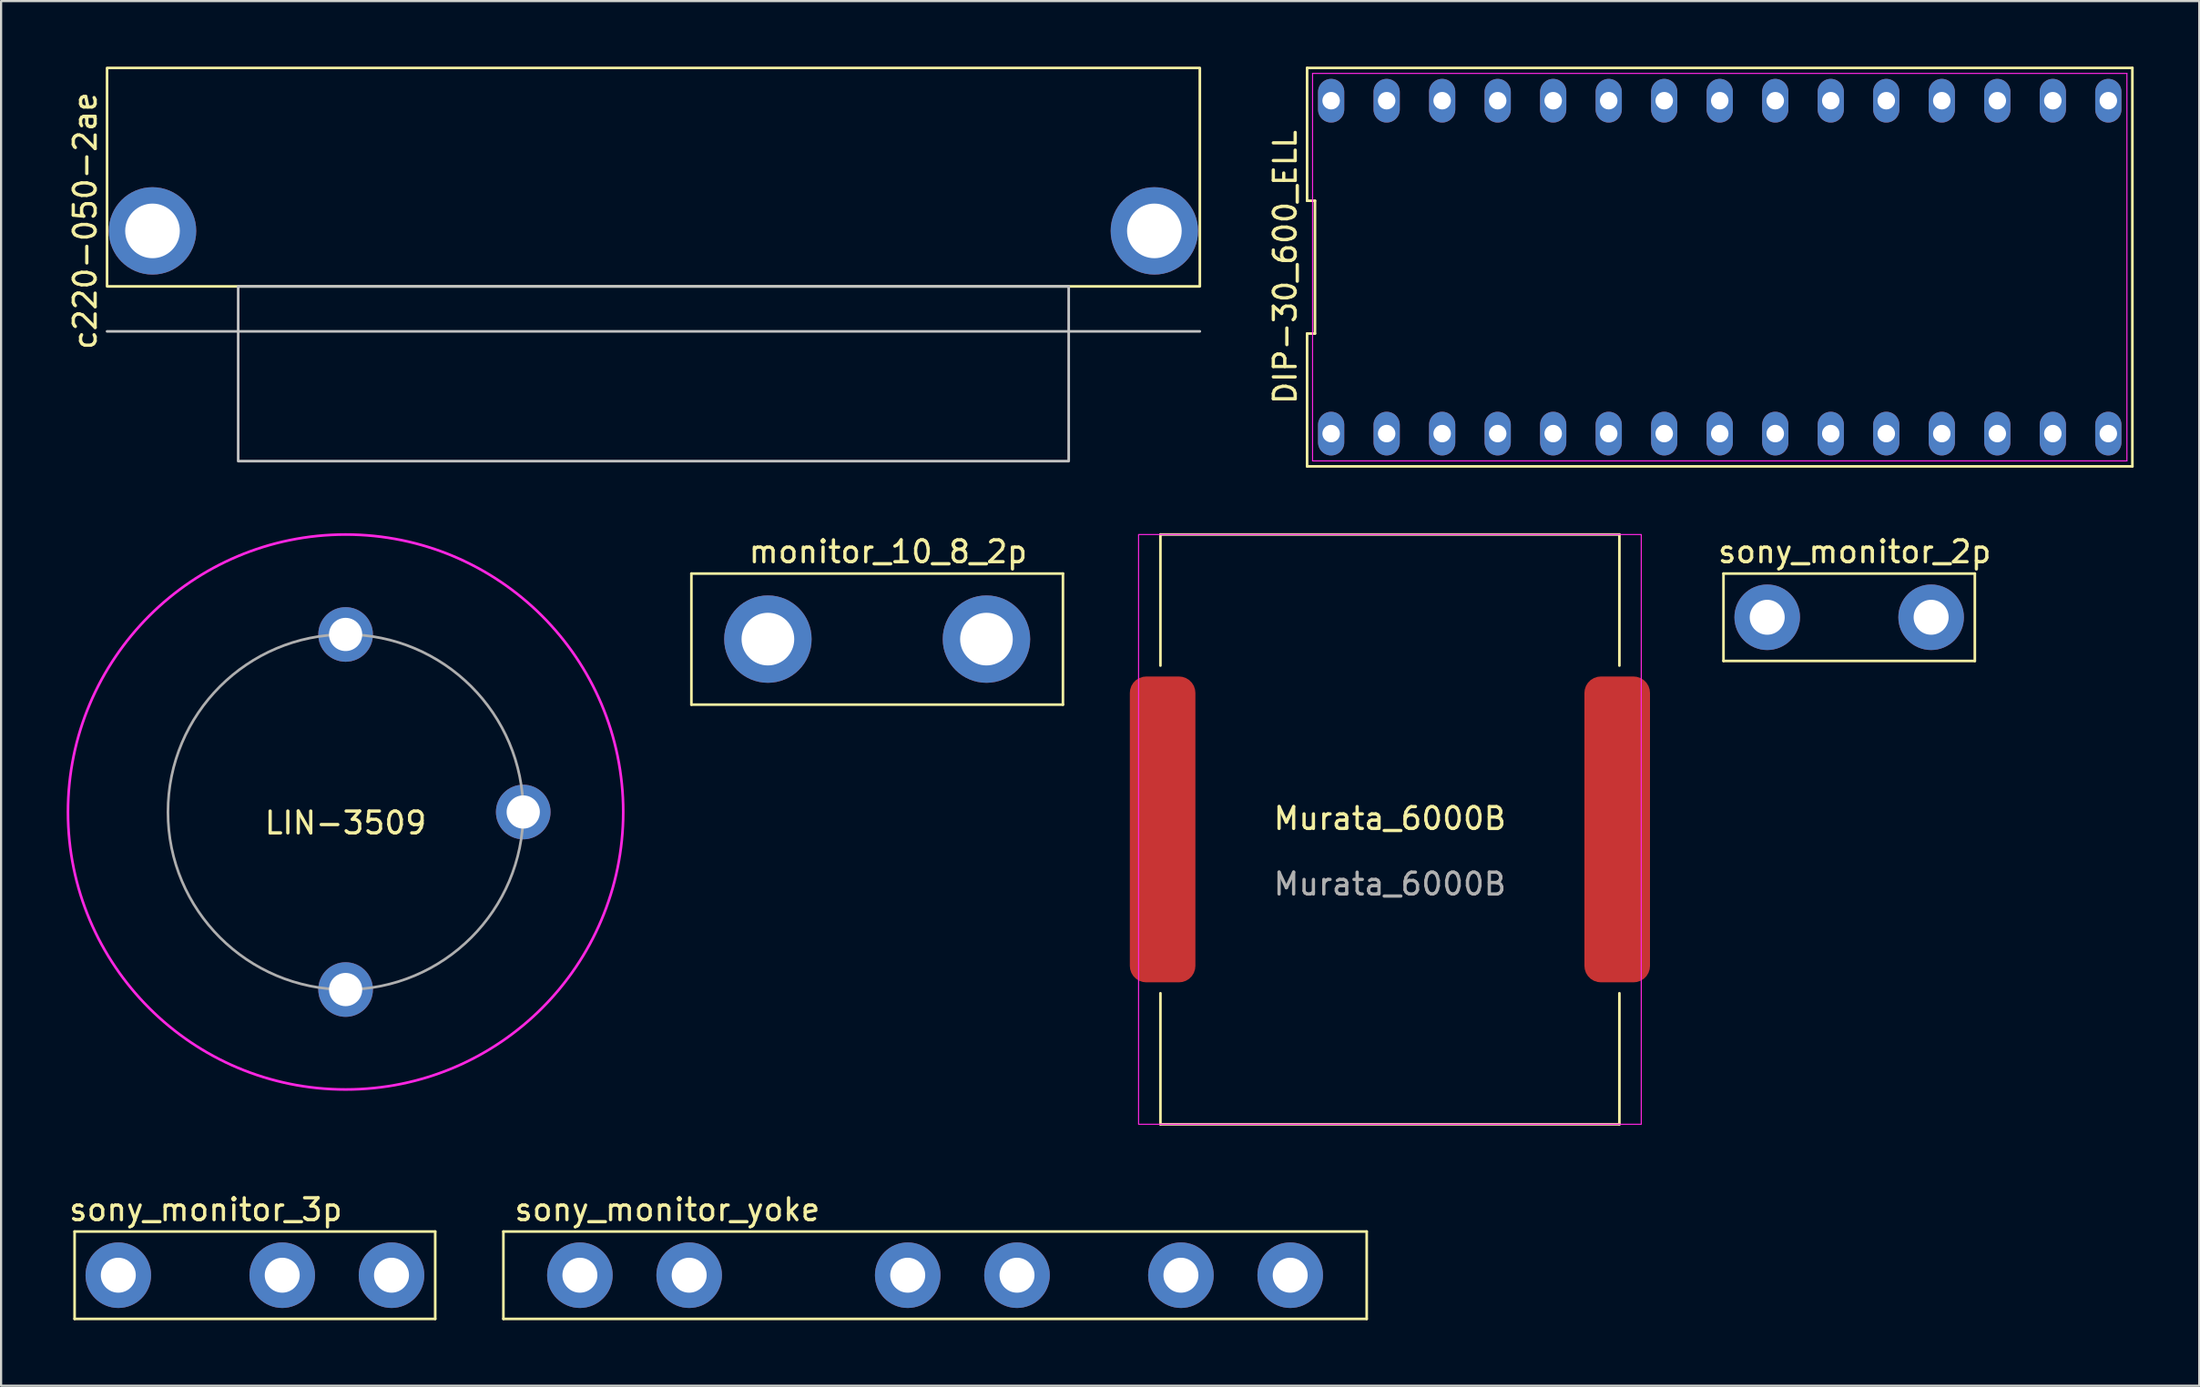
<source format=kicad_pcb>
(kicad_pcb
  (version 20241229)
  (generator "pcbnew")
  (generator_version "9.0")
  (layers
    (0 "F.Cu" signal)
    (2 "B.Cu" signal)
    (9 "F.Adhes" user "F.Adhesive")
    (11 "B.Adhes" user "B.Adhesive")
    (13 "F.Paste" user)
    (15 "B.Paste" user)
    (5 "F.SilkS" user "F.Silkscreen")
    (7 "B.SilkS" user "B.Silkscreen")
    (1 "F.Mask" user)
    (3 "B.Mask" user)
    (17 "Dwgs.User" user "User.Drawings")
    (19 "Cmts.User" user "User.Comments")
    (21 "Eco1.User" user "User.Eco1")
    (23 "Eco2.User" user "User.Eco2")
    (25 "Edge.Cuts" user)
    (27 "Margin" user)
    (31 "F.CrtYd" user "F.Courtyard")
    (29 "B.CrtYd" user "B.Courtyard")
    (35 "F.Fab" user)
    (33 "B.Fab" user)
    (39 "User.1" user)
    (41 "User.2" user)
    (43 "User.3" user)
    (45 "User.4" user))
  (footprint "c220-050-2ae"
    (layer "F.Cu")
    (at 1.848 10.06)
    (property "Reference" "c220-050-2ae" (at -1 -3 90) (unlocked yes) (layer "F.SilkS") (effects (font (size 1 1) (thickness 0.15))))
    (attr through_hole)
    (fp_rect (start 0 -10) (end 50 0) (stroke (width 0.12) (type default)) (fill no) (layer "F.SilkS"))
    (fp_line (start 0 2.06) (end 50 2.06) (stroke (width 0.12) (type default)) (layer "Dwgs.User"))
    (fp_rect (start 6 0) (end 44 8) (stroke (width 0.12) (type default)) (fill no) (layer "Dwgs.User"))
    (pad "1" thru_hole circle (at 2.08 -2.54) (size 4 4) (drill 2.5) (layers "*.Cu" "*.Mask"))
    (pad "1" thru_hole circle (at 47.92 -2.54) (size 4 4) (drill 2.5) (layers "*.Cu" "*.Mask")))
  (footprint "Murata_6000B"
    (layer "F.Cu")
    (at 60.545 34.92)
    (property "Reference" "Murata_6000B" (at 0 -0.5 0) (unlocked yes) (layer "F.SilkS") (effects (font (size 1 1) (thickness 0.15))))
    (attr smd)
    (fp_line (start -10.5 -13.5) (end 10.5 -13.5) (stroke (width 0.12) (type solid)) (layer "F.SilkS"))
    (fp_line (start -10.5 -7.5) (end -10.5 -13.5) (stroke (width 0.12) (type solid)) (layer "F.SilkS"))
    (fp_line (start -10.5 7.5) (end -10.5 13.5) (stroke (width 0.12) (type solid)) (layer "F.SilkS"))
    (fp_line (start -10.5 13.5) (end 10.5 13.5) (stroke (width 0.12) (type solid)) (layer "F.SilkS"))
    (fp_line (start 10.5 -13.5) (end 10.5 -7.5) (stroke (width 0.12) (type solid)) (layer "F.SilkS"))
    (fp_line (start 10.5 13.5) (end 10.5 7.5) (stroke (width 0.12) (type solid)) (layer "F.SilkS"))
    (fp_rect (start -11.5 -13.5) (end 11.5 13.5) (stroke (width 0.05) (type solid)) (fill no) (layer "F.CrtYd"))
    (fp_text user "${REFERENCE}" (at 0 2.5 0) (unlocked yes) (layer "F.Fab") (effects (font (size 1 1) (thickness 0.15))))
    (pad "1" smd roundrect (at -10.4 0) (size 3 14) (layers "F.Cu" "F.Mask" "F.Paste") (roundrect_rratio 0.25))
    (pad "2" smd roundrect (at 10.4 0) (size 3 14) (layers "F.Cu" "F.Mask" "F.Paste") (roundrect_rratio 0.25)))
  (footprint "sony_monitor_3p"
    (layer "F.Cu")
    (at 2.363 55.328)
    (property "Reference" "sony_monitor_3p" (at 4 -3 0) (unlocked yes) (layer "F.SilkS") (effects (font (size 1 1) (thickness 0.15))))
    (attr through_hole)
    (fp_line (start -2 -2) (end 14.5 -2) (stroke (width 0.12) (type solid)) (layer "F.SilkS"))
    (fp_line (start -2 2) (end -2 -2) (stroke (width 0.12) (type solid)) (layer "F.SilkS"))
    (fp_line (start 14.5 -2) (end 14.5 2) (stroke (width 0.12) (type solid)) (layer "F.SilkS"))
    (fp_line (start 14.5 2) (end -2 2) (stroke (width 0.12) (type solid)) (layer "F.SilkS"))
    (pad "1" thru_hole circle (at 0 0) (size 3 3) (drill 1.6) (layers "*.Cu" "*.Mask"))
    (pad "2" thru_hole circle (at 7.5 0) (size 3 3) (drill 1.6) (layers "*.Cu" "*.Mask"))
    (pad "3" thru_hole circle (at 12.5 0) (size 3 3) (drill 1.6) (layers "*.Cu" "*.Mask")))
  (footprint "sony_monitor_2p"
    (layer "F.Cu")
    (at 77.808 25.208)
    (property "Reference" "sony_monitor_2p" (at 4 -3 0) (unlocked yes) (layer "F.SilkS") (effects (font (size 1 1) (thickness 0.15))))
    (attr through_hole)
    (fp_line (start -2 -2) (end 9.5 -2) (stroke (width 0.12) (type solid)) (layer "F.SilkS"))
    (fp_line (start -2 2) (end -2 -2) (stroke (width 0.12) (type solid)) (layer "F.SilkS"))
    (fp_line (start 9.5 -2) (end 9.5 2) (stroke (width 0.12) (type solid)) (layer "F.SilkS"))
    (fp_line (start 9.5 2) (end -2 2) (stroke (width 0.12) (type solid)) (layer "F.SilkS"))
    (pad "1" thru_hole circle (at 0 0) (size 3 3) (drill 1.6) (layers "*.Cu" "*.Mask"))
    (pad "2" thru_hole circle (at 7.5 0) (size 3 3) (drill 1.6) (layers "*.Cu" "*.Mask")))
  (footprint "monitor_10_8_2p"
    (layer "F.Cu")
    (at 32.085 26.208)
    (property "Reference" "monitor_10_8_2p" (at 5.5 -4 0) (unlocked yes) (layer "F.SilkS") (effects (font (size 1 1) (thickness 0.15))))
    (attr through_hole)
    (fp_line (start -3.5 -3) (end 13.5 -3) (stroke (width 0.12) (type solid)) (layer "F.SilkS"))
    (fp_line (start -3.5 3) (end -3.5 -3) (stroke (width 0.12) (type solid)) (layer "F.SilkS"))
    (fp_line (start 13.5 -3) (end 13.5 3) (stroke (width 0.12) (type solid)) (layer "F.SilkS"))
    (fp_line (start 13.5 3) (end -3.5 3) (stroke (width 0.12) (type solid)) (layer "F.SilkS"))
    (pad "1" thru_hole circle (at 0 0) (size 4 4) (drill 2.41) (layers "*.Cu" "*.Mask"))
    (pad "2" thru_hole circle (at 10 0) (size 4 4) (drill 2.41) (layers "*.Cu" "*.Mask")))
  (footprint "sony_monitor_yoke"
    (layer "F.Cu")
    (at 23.483 55.328)
    (property "Reference" "sony_monitor_yoke" (at 4 -3 0) (unlocked yes) (layer "F.SilkS") (effects (font (size 1 1) (thickness 0.15))))
    (attr through_hole)
    (fp_line (start -3.5 -2) (end 36 -2) (stroke (width 0.12) (type solid)) (layer "F.SilkS"))
    (fp_line (start -3.5 2) (end -3.5 -2) (stroke (width 0.12) (type solid)) (layer "F.SilkS"))
    (fp_line (start 36 -2) (end 36 2) (stroke (width 0.12) (type solid)) (layer "F.SilkS"))
    (fp_line (start 36 2) (end -3.5 2) (stroke (width 0.12) (type solid)) (layer "F.SilkS"))
    (pad "1" thru_hole circle (at 0 0) (size 3 3) (drill 1.6) (layers "*.Cu" "*.Mask"))
    (pad "2" thru_hole circle (at 5 0) (size 3 3) (drill 1.6) (layers "*.Cu" "*.Mask"))
    (pad "3" thru_hole circle (at 15 0) (size 3 3) (drill 1.6) (layers "*.Cu" "*.Mask"))
    (pad "4" thru_hole circle (at 20 0) (size 3 3) (drill 1.6) (layers "*.Cu" "*.Mask"))
    (pad "5" thru_hole circle (at 27.5 0) (size 3 3) (drill 1.6) (layers "*.Cu" "*.Mask"))
    (pad "6" thru_hole circle (at 32.5 0) (size 3 3) (drill 1.6) (layers "*.Cu" "*.Mask")))
  (footprint "DIP-30_600_ELL"
    (layer "F.Cu")
    (at 75.636 9.18)
    (property "Reference" "DIP-30_600_ELL" (at -19.88 0 90) (layer "F.SilkS") (effects (font (size 1 1) (thickness 0.15))))
    (attr through_hole)
    (fp_line (start -18.88 -9.12) (end -18.88 -3.04) (stroke (width 0.12) (type solid)) (layer "F.SilkS"))
    (fp_line (start -18.88 -3.04) (end -18.52 -3.04) (stroke (width 0.12) (type solid)) (layer "F.SilkS"))
    (fp_line (start -18.88 3.04) (end -18.88 9.12) (stroke (width 0.12) (type solid)) (layer "F.SilkS"))
    (fp_line (start -18.88 9.12) (end 18.88 9.12) (stroke (width 0.12) (type solid)) (layer "F.SilkS"))
    (fp_line (start -18.52 -3.04) (end -18.52 3.04) (stroke (width 0.12) (type solid)) (layer "F.SilkS"))
    (fp_line (start -18.52 3.04) (end -18.88 3.04) (stroke (width 0.12) (type solid)) (layer "F.SilkS"))
    (fp_line (start 18.88 -9.12) (end -18.88 -9.12) (stroke (width 0.12) (type solid)) (layer "F.SilkS"))
    (fp_line (start 18.88 9.12) (end 18.88 -9.12) (stroke (width 0.12) (type solid)) (layer "F.SilkS"))
    (fp_line (start -18.63 -8.87) (end 18.63 -8.87) (stroke (width 0.05) (type solid)) (layer "F.CrtYd"))
    (fp_line (start -18.63 8.87) (end -18.63 -8.87) (stroke (width 0.05) (type solid)) (layer "F.CrtYd"))
    (fp_line (start 18.63 -8.87) (end 18.63 8.87) (stroke (width 0.05) (type solid)) (layer "F.CrtYd"))
    (fp_line (start 18.63 8.87) (end -18.63 8.87) (stroke (width 0.05) (type solid)) (layer "F.CrtYd"))
    (pad "1" thru_hole oval (at -17.78 7.62) (size 1.2 2) (drill 0.8) (layers "*.Cu" "*.Mask"))
    (pad "2" thru_hole oval (at -15.24 7.62) (size 1.2 2) (drill 0.8) (layers "*.Cu" "*.Mask"))
    (pad "3" thru_hole oval (at -12.7 7.62) (size 1.2 2) (drill 0.8) (layers "*.Cu" "*.Mask"))
    (pad "4" thru_hole oval (at -10.16 7.62) (size 1.2 2) (drill 0.8) (layers "*.Cu" "*.Mask"))
    (pad "5" thru_hole oval (at -7.62 7.62) (size 1.2 2) (drill 0.8) (layers "*.Cu" "*.Mask"))
    (pad "6" thru_hole oval (at -5.08 7.62) (size 1.2 2) (drill 0.8) (layers "*.Cu" "*.Mask"))
    (pad "7" thru_hole oval (at -2.54 7.62) (size 1.2 2) (drill 0.8) (layers "*.Cu" "*.Mask"))
    (pad "8" thru_hole oval (at 0 7.62) (size 1.2 2) (drill 0.8) (layers "*.Cu" "*.Mask"))
    (pad "9" thru_hole oval (at 2.54 7.62) (size 1.2 2) (drill 0.8) (layers "*.Cu" "*.Mask"))
    (pad "10" thru_hole oval (at 5.08 7.62) (size 1.2 2) (drill 0.8) (layers "*.Cu" "*.Mask"))
    (pad "11" thru_hole oval (at 7.62 7.62) (size 1.2 2) (drill 0.8) (layers "*.Cu" "*.Mask"))
    (pad "12" thru_hole oval (at 10.16 7.62) (size 1.2 2) (drill 0.8) (layers "*.Cu" "*.Mask"))
    (pad "13" thru_hole oval (at 12.7 7.62) (size 1.2 2) (drill 0.8) (layers "*.Cu" "*.Mask"))
    (pad "14" thru_hole oval (at 15.24 7.62) (size 1.2 2) (drill 0.8) (layers "*.Cu" "*.Mask"))
    (pad "15" thru_hole oval (at 17.78 7.62) (size 1.2 2) (drill 0.8) (layers "*.Cu" "*.Mask"))
    (pad "16" thru_hole oval (at 17.78 -7.62) (size 1.2 2) (drill 0.8) (layers "*.Cu" "*.Mask"))
    (pad "17" thru_hole oval (at 15.24 -7.62) (size 1.2 2) (drill 0.8) (layers "*.Cu" "*.Mask"))
    (pad "18" thru_hole oval (at 12.7 -7.62) (size 1.2 2) (drill 0.8) (layers "*.Cu" "*.Mask"))
    (pad "19" thru_hole oval (at 10.16 -7.62) (size 1.2 2) (drill 0.8) (layers "*.Cu" "*.Mask"))
    (pad "20" thru_hole oval (at 7.62 -7.62) (size 1.2 2) (drill 0.8) (layers "*.Cu" "*.Mask"))
    (pad "21" thru_hole oval (at 5.08 -7.62) (size 1.2 2) (drill 0.8) (layers "*.Cu" "*.Mask"))
    (pad "22" thru_hole oval (at 2.54 -7.62) (size 1.2 2) (drill 0.8) (layers "*.Cu" "*.Mask"))
    (pad "23" thru_hole oval (at 0 -7.62) (size 1.2 2) (drill 0.8) (layers "*.Cu" "*.Mask"))
    (pad "24" thru_hole oval (at -2.54 -7.62) (size 1.2 2) (drill 0.8) (layers "*.Cu" "*.Mask"))
    (pad "25" thru_hole oval (at -5.08 -7.62) (size 1.2 2) (drill 0.8) (layers "*.Cu" "*.Mask"))
    (pad "26" thru_hole oval (at -7.62 -7.62) (size 1.2 2) (drill 0.8) (layers "*.Cu" "*.Mask"))
    (pad "27" thru_hole oval (at -10.16 -7.62) (size 1.2 2) (drill 0.8) (layers "*.Cu" "*.Mask"))
    (pad "28" thru_hole oval (at -12.7 -7.62) (size 1.2 2) (drill 0.8) (layers "*.Cu" "*.Mask"))
    (pad "29" thru_hole oval (at -15.24 -7.62) (size 1.2 2) (drill 0.8) (layers "*.Cu" "*.Mask"))
    (pad "30" thru_hole oval (at -17.78 -7.62) (size 1.2 2) (drill 0.8) (layers "*.Cu" "*.Mask")))
  (footprint "LIN-3509"
    (layer "F.Cu")
    (at 12.763 34.123)
    (property "Reference" "LIN-3509" (at 0 0.5 0) (unlocked yes) (layer "F.SilkS") (effects (font (size 1 1) (thickness 0.15))))
    (attr through_hole)
    (fp_circle (center 0 0) (end 12.7 -0.254) (stroke (width 0.12) (type solid)) (fill no) (layer "F.CrtYd"))
    (fp_circle (center 0 0) (end 8.128 0) (stroke (width 0.12) (type solid)) (fill no) (layer "F.Fab"))
    (pad "0" thru_hole circle (at 8.128 0) (size 2.5 2.5) (drill 1.52) (layers "*.Cu" "*.Mask"))
    (pad "1" thru_hole circle (at 0 8.128) (size 2.5 2.5) (drill 1.52) (layers "*.Cu" "*.Mask"))
    (pad "2" thru_hole circle (at 0 -8.128) (size 2.5 2.5) (drill 1.52) (layers "*.Cu" "*.Mask")))
  (gr_rect
    (start -3 -3)
    (end 97.576 60.388)
    (stroke (width 0.1) (type default))
    (fill no)
    (layer "Edge.Cuts")))
</source>
